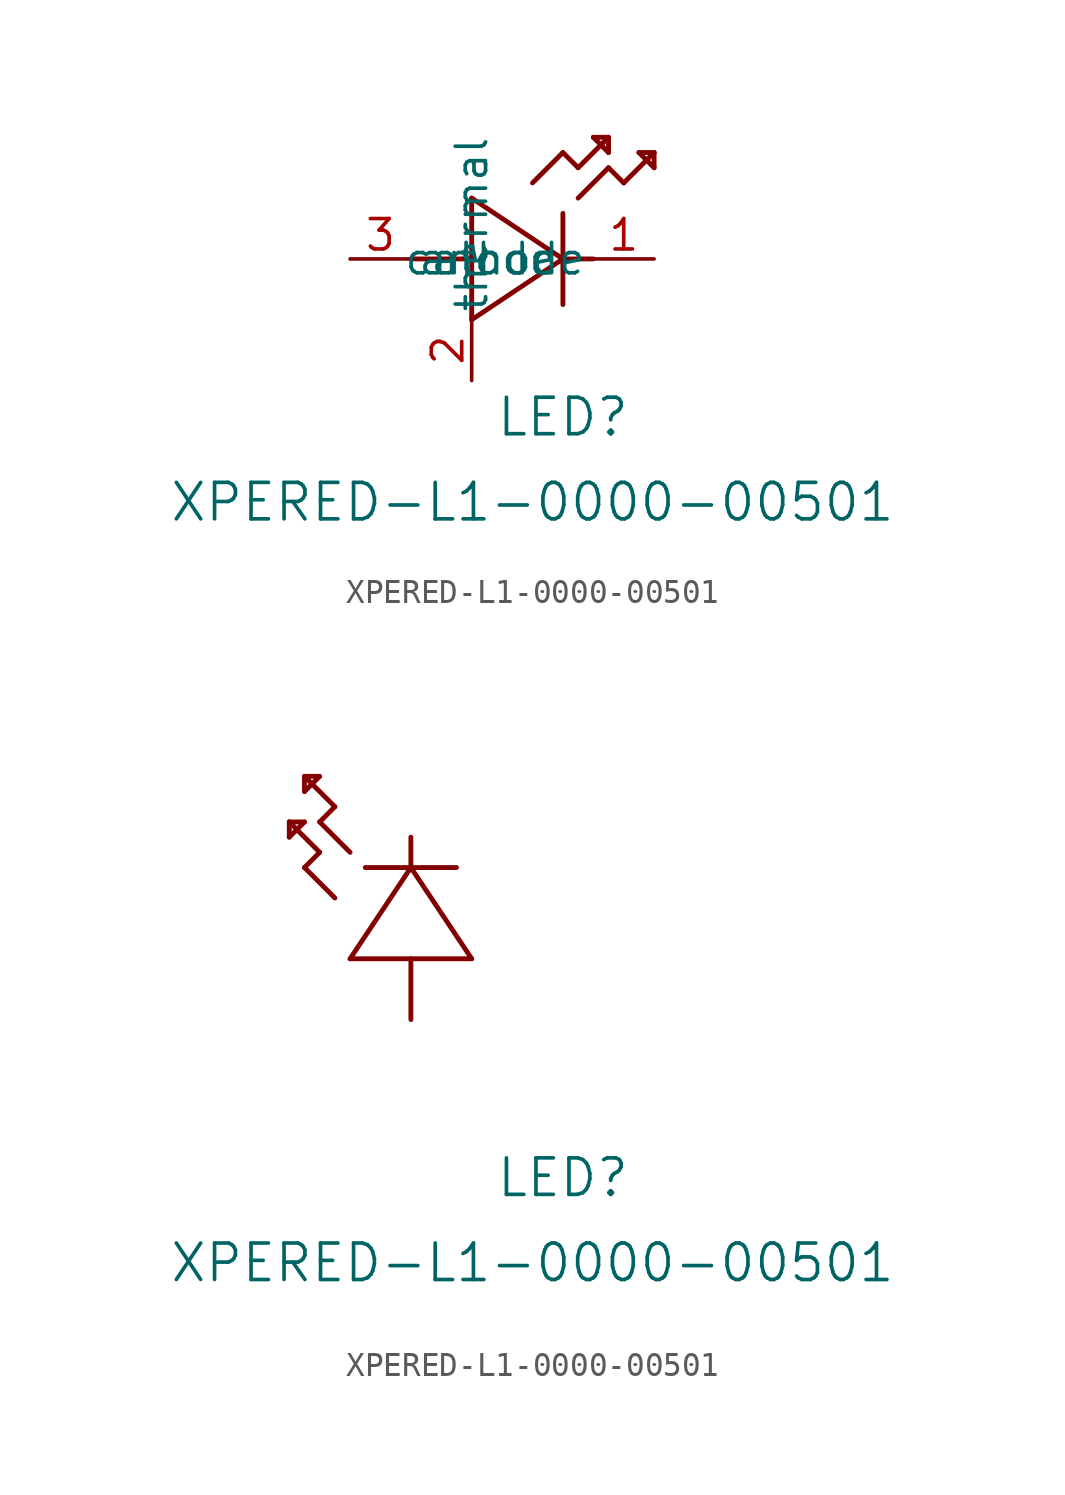
<source format=kicad_sym>
(kicad_symbol_lib
  (version 20231120)
  (generator "kicad_symbol_editor")
  (generator_version "8.0")
  (symbol "XPERED-L1-0000-00501"
    (pin_names
      (offset 0.254))
    (property "Reference" "LED"
      (at 6.35 -6.604 0)
      (effects (font (size 1.524 1.524))))
    (property "Value" "XPERED-L1-0000-00501"
      (at 5.08 -10.16 0)
      (effects (font (size 1.524 1.524))))
    (symbol "XPERED-L1-0000-00501_1_1"
      (polyline (pts (xy 2.54 -2.54) (xy 6.35 0)) (stroke (width 0.203) (type default)) (fill (type none)))
      (polyline (pts (xy 2.54 0) (xy 0 0)) (stroke (width 0.203) (type default)) (fill (type none)))
      (polyline (pts (xy 2.54 2.54) (xy 2.54 -2.54)) (stroke (width 0.203) (type default)) (fill (type none)))
      (polyline (pts (xy 5.08 3.175) (xy 6.35 4.445)) (stroke (width 0.203) (type default)) (fill (type none)))
      (polyline (pts (xy 6.35 -1.905) (xy 6.35 1.905)) (stroke (width 0.203) (type default)) (fill (type none)))
      (polyline (pts (xy 6.35 0) (xy 2.54 2.54)) (stroke (width 0.203) (type default)) (fill (type none)))
      (polyline (pts (xy 6.35 0) (xy 7.62 0)) (stroke (width 0.203) (type default)) (fill (type none)))
      (polyline (pts (xy 6.35 4.445) (xy 6.985 3.81)) (stroke (width 0.203) (type default)) (fill (type none)))
      (polyline (pts (xy 6.985 2.54) (xy 8.255 3.81)) (stroke (width 0.203) (type default)) (fill (type none)))
      (polyline (pts (xy 6.985 3.81) (xy 8.255 5.08)) (stroke (width 0.203) (type default)) (fill (type none)))
      (polyline (pts (xy 7.62 5.08) (xy 8.255 4.445)) (stroke (width 0.203) (type default)) (fill (type none)))
      (polyline (pts (xy 8.255 3.81) (xy 8.89 3.175)) (stroke (width 0.203) (type default)) (fill (type none)))
      (polyline (pts (xy 8.255 4.445) (xy 8.255 5.08)) (stroke (width 0.203) (type default)) (fill (type none)))
      (polyline (pts (xy 8.255 5.08) (xy 7.62 5.08)) (stroke (width 0.203) (type default)) (fill (type none)))
      (polyline (pts (xy 8.89 3.175) (xy 10.16 4.445)) (stroke (width 0.203) (type default)) (fill (type none)))
      (polyline (pts (xy 9.525 4.445) (xy 10.16 3.81)) (stroke (width 0.203) (type default)) (fill (type none)))
      (polyline (pts (xy 10.16 3.81) (xy 10.16 4.445)) (stroke (width 0.203) (type default)) (fill (type none)))
      (polyline (pts (xy 10.16 4.445) (xy 9.525 4.445)) (stroke (width 0.203) (type default)) (fill (type none)))
      (pin output line (at 10.16 0 180) (length 2.54) (name "cathode" (effects (font (size 1.27 1.27)))) (number "1" (effects (font (size 1.27 1.27)))))
      (pin passive line (at 2.54 -5.08 90) (length 2.54) (name "thermal" (effects (font (size 1.27 1.27)))) (number "2" (effects (font (size 1.27 1.27)))))
      (pin passive line (at -2.54 0 0) (length 2.54) (name "anode" (effects (font (size 1.27 1.27)))) (number "3" (effects (font (size 1.27 1.27))))))
    (symbol "XPERED-L1-0000-00501_1_2"
      (polyline (pts (xy -5.08 7.62) (xy -4.445 8.255)) (stroke (width 0.203) (type default)) (fill (type none)))
      (polyline (pts (xy -5.08 8.255) (xy -5.08 7.62)) (stroke (width 0.203) (type default)) (fill (type none)))
      (polyline (pts (xy -4.445 6.35) (xy -3.81 6.985)) (stroke (width 0.203) (type default)) (fill (type none)))
      (polyline (pts (xy -4.445 8.255) (xy -5.08 8.255)) (stroke (width 0.203) (type default)) (fill (type none)))
      (polyline (pts (xy -4.445 9.525) (xy -3.81 10.16)) (stroke (width 0.203) (type default)) (fill (type none)))
      (polyline (pts (xy -4.445 10.16) (xy -4.445 9.525)) (stroke (width 0.203) (type default)) (fill (type none)))
      (polyline (pts (xy -3.81 6.985) (xy -5.08 8.255)) (stroke (width 0.203) (type default)) (fill (type none)))
      (polyline (pts (xy -3.81 8.255) (xy -3.175 8.89)) (stroke (width 0.203) (type default)) (fill (type none)))
      (polyline (pts (xy -3.81 10.16) (xy -4.445 10.16)) (stroke (width 0.203) (type default)) (fill (type none)))
      (polyline (pts (xy -3.175 5.08) (xy -4.445 6.35)) (stroke (width 0.203) (type default)) (fill (type none)))
      (polyline (pts (xy -3.175 8.89) (xy -4.445 10.16)) (stroke (width 0.203) (type default)) (fill (type none)))
      (polyline (pts (xy -2.54 2.54) (xy 2.54 2.54)) (stroke (width 0.203) (type default)) (fill (type none)))
      (polyline (pts (xy -2.54 6.985) (xy -3.81 8.255)) (stroke (width 0.203) (type default)) (fill (type none)))
      (polyline (pts (xy 0 2.54) (xy 0 0)) (stroke (width 0.203) (type default)) (fill (type none)))
      (polyline (pts (xy 0 6.35) (xy -2.54 2.54)) (stroke (width 0.203) (type default)) (fill (type none)))
      (polyline (pts (xy 0 6.35) (xy 0 7.62)) (stroke (width 0.203) (type default)) (fill (type none)))
      (polyline (pts (xy 1.905 6.35) (xy -1.905 6.35)) (stroke (width 0.203) (type default)) (fill (type none)))
      (polyline (pts (xy 2.54 2.54) (xy 0 6.35)) (stroke (width 0.203) (type default)) (fill (type none))))))
</source>
